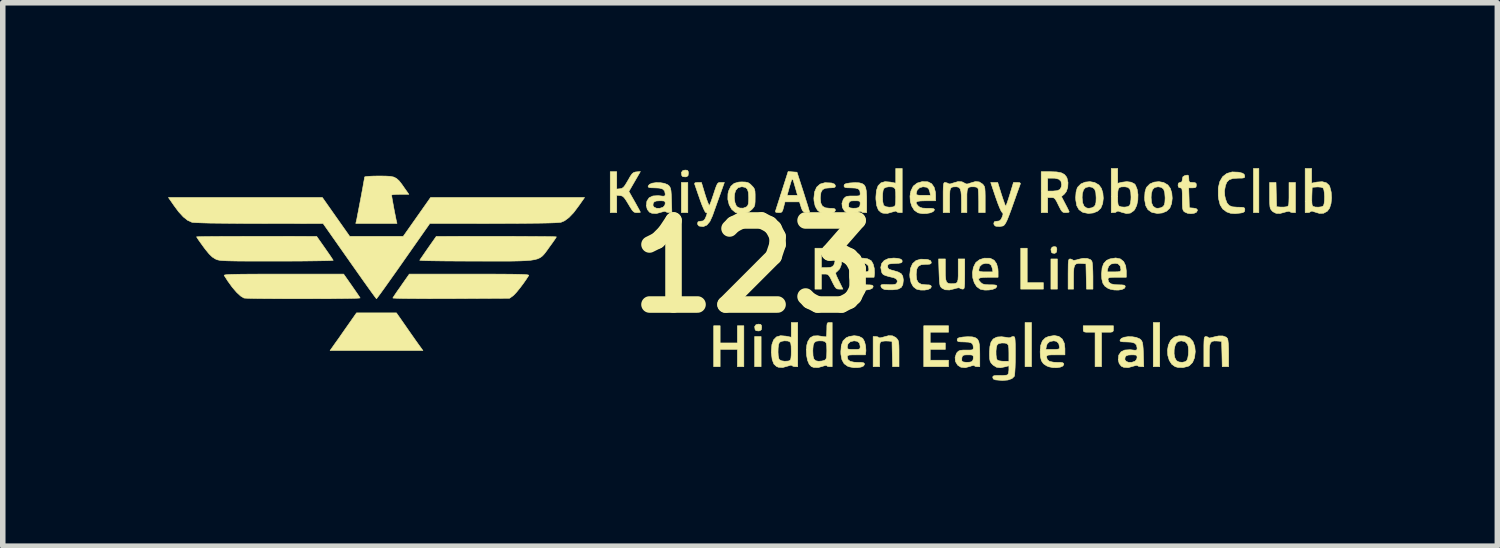
<source format=kicad_pcb>
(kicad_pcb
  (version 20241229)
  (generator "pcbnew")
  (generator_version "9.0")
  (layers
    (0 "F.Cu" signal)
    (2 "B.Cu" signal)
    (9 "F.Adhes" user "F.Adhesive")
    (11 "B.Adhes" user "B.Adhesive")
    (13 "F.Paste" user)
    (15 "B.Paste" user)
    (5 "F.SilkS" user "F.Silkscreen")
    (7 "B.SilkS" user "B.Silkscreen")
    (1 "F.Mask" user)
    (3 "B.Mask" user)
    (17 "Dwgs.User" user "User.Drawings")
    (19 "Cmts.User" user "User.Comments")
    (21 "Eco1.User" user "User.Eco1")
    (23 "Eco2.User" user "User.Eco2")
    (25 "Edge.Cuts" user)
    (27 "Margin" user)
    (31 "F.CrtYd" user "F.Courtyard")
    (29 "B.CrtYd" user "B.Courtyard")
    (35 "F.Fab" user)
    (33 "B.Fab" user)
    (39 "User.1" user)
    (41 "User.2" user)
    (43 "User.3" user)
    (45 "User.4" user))
  (footprint "123"
    (layer "F.Cu")
    (at 10.616 1.783)
    (property "Reference" "123" (at 0 0 0) (layer "F.SilkS") (effects (font (size 1.524 1.524) (thickness 0.3))))
    (attr through_hole)
    (fp_poly (pts (xy -1.192 -0.977) (xy -1.309 -0.977) (xy -1.309 -1.524) (xy -1.192 -1.524) (xy -1.192 -0.977)) (stroke (width 0.01) (type solid)) (fill yes) (layer "F.SilkS"))
    (fp_poly (pts (xy 0.137 1.817) (xy 0.02 1.817) (xy 0.02 1.27) (xy 0.137 1.27) (xy 0.137 1.817)) (stroke (width 0.01) (type solid)) (fill yes) (layer "F.SilkS"))
    (fp_poly (pts (xy 5.041 1.817) (xy 4.924 1.817) (xy 4.924 1.016) (xy 5.041 1.016) (xy 5.041 1.817)) (stroke (width 0.01) (type solid)) (fill yes) (layer "F.SilkS"))
    (fp_poly (pts (xy 5.51 0.41) (xy 5.393 0.41) (xy 5.393 -0.137) (xy 5.51 -0.137) (xy 5.51 0.41)) (stroke (width 0.01) (type solid)) (fill yes) (layer "F.SilkS"))
    (fp_poly (pts (xy 7.366 1.817) (xy 7.249 1.817) (xy 7.249 1.016) (xy 7.366 1.016) (xy 7.366 1.817)) (stroke (width 0.01) (type solid)) (fill yes) (layer "F.SilkS"))
    (fp_poly (pts (xy 9.164 -0.977) (xy 9.066 -0.977) (xy 9.066 -1.778) (xy 9.164 -1.778) (xy 9.164 -0.977)) (stroke (width 0.01) (type solid)) (fill yes) (layer "F.SilkS"))
    (fp_poly (pts (xy 4.963 0.293) (xy 5.256 0.293) (xy 5.256 0.41) (xy 4.846 0.41) (xy 4.846 -0.332) (xy 4.963 -0.332) (xy 4.963 0.293)) (stroke (width 0.01) (type solid)) (fill yes) (layer "F.SilkS"))
    (fp_poly (pts (xy -1.199 -1.744) (xy -1.184 -1.721) (xy -1.182 -1.69) (xy -1.188 -1.647) (xy -1.213 -1.629) (xy -1.236 -1.625) (xy -1.284 -1.63) (xy -1.301 -1.649) (xy -1.309 -1.704) (xy -1.285 -1.738) (xy -1.24 -1.749) (xy -1.199 -1.744)) (stroke (width 0.01) (type solid)) (fill yes) (layer "F.SilkS"))
    (fp_poly (pts (xy 0.13 1.05) (xy 0.145 1.073) (xy 0.147 1.104) (xy 0.141 1.147) (xy 0.115 1.165) (xy 0.093 1.169) (xy 0.045 1.164) (xy 0.028 1.145) (xy 0.02 1.09) (xy 0.044 1.056) (xy 0.088 1.045) (xy 0.13 1.05)) (stroke (width 0.01) (type solid)) (fill yes) (layer "F.SilkS"))
    (fp_poly (pts (xy 5.486 -0.355) (xy 5.499 -0.328) (xy 5.5 -0.303) (xy 5.493 -0.259) (xy 5.467 -0.24) (xy 5.456 -0.238) (xy 5.415 -0.245) (xy 5.401 -0.261) (xy 5.393 -0.315) (xy 5.415 -0.351) (xy 5.451 -0.361) (xy 5.486 -0.355)) (stroke (width 0.01) (type solid)) (fill yes) (layer "F.SilkS"))
    (fp_poly (pts (xy -0.606 1.387) (xy -0.293 1.387) (xy -0.293 1.075) (xy -0.176 1.075) (xy -0.176 1.817) (xy -0.293 1.817) (xy -0.293 1.504) (xy -0.606 1.504) (xy -0.606 1.817) (xy -0.723 1.817) (xy -0.723 1.075) (xy -0.606 1.075) (xy -0.606 1.387)) (stroke (width 0.01) (type solid)) (fill yes) (layer "F.SilkS"))
    (fp_poly (pts (xy 3.536 1.192) (xy 3.204 1.192) (xy 3.204 1.387) (xy 3.478 1.387) (xy 3.478 1.504) (xy 3.204 1.504) (xy 3.204 1.7) (xy 3.536 1.7) (xy 3.536 1.817) (xy 3.087 1.817) (xy 3.087 1.075) (xy 3.536 1.075) (xy 3.536 1.192)) (stroke (width 0.01) (type solid)) (fill yes) (layer "F.SilkS"))
    (fp_poly (pts (xy -6.317 1.07) (xy -6.252 1.164) (xy -6.186 1.258) (xy -6.127 1.342) (xy -6.082 1.405) (xy -6.077 1.412) (xy -5.996 1.524) (xy -7.68 1.524) (xy -7.58 1.382) (xy -7.526 1.307) (xy -7.46 1.212) (xy -7.39 1.112) (xy -7.34 1.041) (xy -7.2 0.841) (xy -6.838 0.841) (xy -6.477 0.841) (xy -6.317 1.07)) (stroke (width 0.01) (type solid)) (fill yes) (layer "F.SilkS"))
    (fp_poly (pts (xy 6.526 1.133) (xy 6.524 1.167) (xy 6.512 1.184) (xy 6.481 1.191) (xy 6.42 1.192) (xy 6.311 1.192) (xy 6.311 1.817) (xy 6.194 1.817) (xy 6.194 1.192) (xy 6.086 1.192) (xy 6.025 1.191) (xy 5.993 1.184) (xy 5.981 1.167) (xy 5.979 1.134) (xy 5.979 1.075) (xy 6.526 1.075) (xy 6.526 1.133)) (stroke (width 0.01) (type solid)) (fill yes) (layer "F.SilkS"))
    (fp_poly (pts (xy 2.519 1.257) (xy 2.576 1.286) (xy 2.59 1.298) (xy 2.61 1.321) (xy 2.624 1.345) (xy 2.632 1.38) (xy 2.636 1.432) (xy 2.638 1.51) (xy 2.638 1.582) (xy 2.638 1.817) (xy 2.522 1.817) (xy 2.516 1.587) (xy 2.511 1.358) (xy 2.444 1.352) (xy 2.384 1.351) (xy 2.332 1.357) (xy 2.312 1.363) (xy 2.299 1.376) (xy 2.291 1.401) (xy 2.287 1.446) (xy 2.286 1.518) (xy 2.286 1.593) (xy 2.286 1.817) (xy 2.169 1.817) (xy 2.169 1.27) (xy 2.216 1.27) (xy 2.255 1.277) (xy 2.27 1.289) (xy 2.291 1.295) (xy 2.338 1.285) (xy 2.354 1.28) (xy 2.448 1.255) (xy 2.519 1.257)) (stroke (width 0.01) (type solid)) (fill yes) (layer "F.SilkS"))
    (fp_poly (pts (xy 9.48 -1.304) (xy 9.486 -1.084) (xy 9.552 -1.078) (xy 9.613 -1.077) (xy 9.664 -1.083) (xy 9.685 -1.09) (xy 9.698 -1.103) (xy 9.706 -1.129) (xy 9.709 -1.175) (xy 9.711 -1.25) (xy 9.711 -1.309) (xy 9.711 -1.524) (xy 9.828 -1.524) (xy 9.828 -0.977) (xy 9.781 -0.977) (xy 9.742 -0.984) (xy 9.727 -0.996) (xy 9.706 -1.002) (xy 9.658 -0.992) (xy 9.642 -0.987) (xy 9.549 -0.962) (xy 9.477 -0.964) (xy 9.42 -0.993) (xy 9.407 -1.005) (xy 9.387 -1.028) (xy 9.373 -1.052) (xy 9.365 -1.087) (xy 9.361 -1.139) (xy 9.359 -1.217) (xy 9.359 -1.289) (xy 9.359 -1.524) (xy 9.475 -1.524) (xy 9.48 -1.304)) (stroke (width 0.01) (type solid)) (fill yes) (layer "F.SilkS"))
    (fp_poly (pts (xy 6.051 -0.146) (xy 6.11 -0.125) (xy 6.135 -0.098) (xy 6.143 -0.065) (xy 6.149 -0.001) (xy 6.153 0.082) (xy 6.155 0.175) (xy 6.155 0.41) (xy 6.039 0.41) (xy 6.028 -0.049) (xy 5.955 -0.055) (xy 5.894 -0.057) (xy 5.852 -0.048) (xy 5.825 -0.022) (xy 5.81 0.027) (xy 5.804 0.104) (xy 5.803 0.196) (xy 5.803 0.41) (xy 5.705 0.41) (xy 5.705 0.137) (xy 5.706 0.028) (xy 5.707 -0.047) (xy 5.711 -0.095) (xy 5.717 -0.122) (xy 5.727 -0.134) (xy 5.742 -0.137) (xy 5.743 -0.137) (xy 5.777 -0.128) (xy 5.787 -0.117) (xy 5.809 -0.11) (xy 5.86 -0.12) (xy 5.887 -0.129) (xy 5.974 -0.148) (xy 6.051 -0.146)) (stroke (width 0.01) (type solid)) (fill yes) (layer "F.SilkS"))
    (fp_poly (pts (xy -4.705 0.138) (xy -4.534 0.139) (xy -4.394 0.14) (xy -4.283 0.142) (xy -4.199 0.144) (xy -4.138 0.147) (xy -4.1 0.151) (xy -4.08 0.156) (xy -4.076 0.161) (xy -4.123 0.234) (xy -4.179 0.314) (xy -4.239 0.393) (xy -4.295 0.462) (xy -4.342 0.513) (xy -4.363 0.532) (xy -4.425 0.576) (xy -5.487 0.582) (xy -5.687 0.582) (xy -5.873 0.583) (xy -6.044 0.582) (xy -6.196 0.581) (xy -6.324 0.58) (xy -6.426 0.578) (xy -6.498 0.575) (xy -6.537 0.573) (xy -6.542 0.571) (xy -6.529 0.55) (xy -6.498 0.503) (xy -6.453 0.437) (xy -6.398 0.36) (xy -6.389 0.346) (xy -6.243 0.138) (xy -5.152 0.138) (xy -4.91 0.138) (xy -4.705 0.138)) (stroke (width 0.01) (type solid)) (fill yes) (layer "F.SilkS"))
    (fp_poly (pts (xy 8.513 1.26) (xy 8.572 1.282) (xy 8.597 1.309) (xy 8.604 1.342) (xy 8.611 1.405) (xy 8.615 1.489) (xy 8.616 1.581) (xy 8.616 1.817) (xy 8.5 1.817) (xy 8.495 1.587) (xy 8.489 1.358) (xy 8.417 1.352) (xy 8.356 1.35) (xy 8.314 1.359) (xy 8.287 1.385) (xy 8.272 1.434) (xy 8.266 1.511) (xy 8.265 1.603) (xy 8.265 1.817) (xy 8.167 1.817) (xy 8.167 1.544) (xy 8.167 1.435) (xy 8.169 1.36) (xy 8.172 1.312) (xy 8.179 1.285) (xy 8.189 1.273) (xy 8.203 1.27) (xy 8.205 1.27) (xy 8.239 1.279) (xy 8.249 1.29) (xy 8.27 1.297) (xy 8.322 1.286) (xy 8.349 1.278) (xy 8.436 1.259) (xy 8.513 1.26)) (stroke (width 0.01) (type solid)) (fill yes) (layer "F.SilkS"))
    (fp_poly (pts (xy 1.406 -1.515) (xy 1.424 -1.512) (xy 1.471 -1.493) (xy 1.485 -1.463) (xy 1.479 -1.442) (xy 1.457 -1.43) (xy 1.408 -1.427) (xy 1.379 -1.426) (xy 1.3 -1.419) (xy 1.25 -1.393) (xy 1.222 -1.342) (xy 1.212 -1.261) (xy 1.211 -1.236) (xy 1.22 -1.15) (xy 1.249 -1.094) (xy 1.304 -1.064) (xy 1.387 -1.055) (xy 1.446 -1.053) (xy 1.476 -1.044) (xy 1.485 -1.024) (xy 1.485 -1.018) (xy 1.467 -0.99) (xy 1.422 -0.969) (xy 1.359 -0.959) (xy 1.29 -0.96) (xy 1.224 -0.975) (xy 1.216 -0.977) (xy 1.159 -1.021) (xy 1.118 -1.093) (xy 1.097 -1.189) (xy 1.094 -1.237) (xy 1.107 -1.353) (xy 1.145 -1.439) (xy 1.208 -1.495) (xy 1.295 -1.52) (xy 1.406 -1.515)) (stroke (width 0.01) (type solid)) (fill yes) (layer "F.SilkS"))
    (fp_poly (pts (xy 3.145 -0.128) (xy 3.163 -0.125) (xy 3.21 -0.106) (xy 3.224 -0.076) (xy 3.218 -0.054) (xy 3.196 -0.043) (xy 3.147 -0.039) (xy 3.117 -0.039) (xy 3.039 -0.032) (xy 2.989 -0.005) (xy 2.961 0.045) (xy 2.951 0.126) (xy 2.95 0.151) (xy 2.959 0.238) (xy 2.988 0.293) (xy 3.042 0.323) (xy 3.126 0.332) (xy 3.185 0.334) (xy 3.214 0.343) (xy 3.224 0.363) (xy 3.224 0.369) (xy 3.206 0.398) (xy 3.161 0.418) (xy 3.098 0.428) (xy 3.029 0.427) (xy 2.963 0.413) (xy 2.955 0.41) (xy 2.898 0.367) (xy 2.857 0.294) (xy 2.836 0.198) (xy 2.833 0.15) (xy 2.846 0.035) (xy 2.884 -0.052) (xy 2.947 -0.108) (xy 3.034 -0.133) (xy 3.145 -0.128)) (stroke (width 0.01) (type solid)) (fill yes) (layer "F.SilkS"))
    (fp_poly (pts (xy -2.261 -1.361) (xy -2.156 -1.176) (xy -2.114 -1.101) (xy -2.08 -1.039) (xy -2.058 -0.997) (xy -2.052 -0.984) (xy -2.069 -0.979) (xy -2.11 -0.977) (xy -2.116 -0.977) (xy -2.148 -0.979) (xy -2.174 -0.992) (xy -2.201 -1.02) (xy -2.234 -1.071) (xy -2.268 -1.128) (xy -2.313 -1.202) (xy -2.346 -1.248) (xy -2.373 -1.273) (xy -2.403 -1.284) (xy -2.419 -1.286) (xy -2.481 -1.292) (xy -2.481 -0.977) (xy -2.599 -0.977) (xy -2.599 -1.719) (xy -2.481 -1.719) (xy -2.481 -1.404) (xy -2.42 -1.41) (xy -2.388 -1.417) (xy -2.36 -1.436) (xy -2.33 -1.473) (xy -2.292 -1.536) (xy -2.276 -1.563) (xy -2.235 -1.635) (xy -2.204 -1.679) (xy -2.177 -1.702) (xy -2.147 -1.713) (xy -2.123 -1.716) (xy -2.052 -1.722) (xy -2.261 -1.361)) (stroke (width 0.01) (type solid)) (fill yes) (layer "F.SilkS"))
    (fp_poly (pts (xy 3.478 0.064) (xy 3.479 0.167) (xy 3.486 0.237) (xy 3.5 0.281) (xy 3.525 0.303) (xy 3.562 0.312) (xy 3.588 0.313) (xy 3.64 0.311) (xy 3.675 0.303) (xy 3.697 0.281) (xy 3.708 0.239) (xy 3.712 0.171) (xy 3.712 0.076) (xy 3.712 -0.137) (xy 3.83 -0.137) (xy 3.83 0.137) (xy 3.829 0.245) (xy 3.828 0.32) (xy 3.824 0.368) (xy 3.818 0.396) (xy 3.808 0.407) (xy 3.793 0.41) (xy 3.792 0.41) (xy 3.755 0.402) (xy 3.742 0.392) (xy 3.717 0.386) (xy 3.667 0.396) (xy 3.651 0.402) (xy 3.551 0.426) (xy 3.474 0.422) (xy 3.417 0.393) (xy 3.399 0.375) (xy 3.385 0.353) (xy 3.377 0.318) (xy 3.371 0.264) (xy 3.367 0.182) (xy 3.364 0.11) (xy 3.356 -0.137) (xy 3.478 -0.137) (xy 3.478 0.064)) (stroke (width 0.01) (type solid)) (fill yes) (layer "F.SilkS"))
    (fp_poly (pts (xy -8.525 0.138) (xy -7.434 0.138) (xy -7.288 0.346) (xy -7.233 0.425) (xy -7.186 0.493) (xy -7.152 0.543) (xy -7.136 0.569) (xy -7.135 0.57) (xy -7.152 0.573) (xy -7.205 0.576) (xy -7.288 0.578) (xy -7.396 0.58) (xy -7.527 0.581) (xy -7.675 0.583) (xy -7.837 0.583) (xy -8.007 0.584) (xy -8.181 0.584) (xy -8.356 0.584) (xy -8.527 0.584) (xy -8.689 0.583) (xy -8.838 0.582) (xy -8.971 0.581) (xy -9.082 0.579) (xy -9.167 0.577) (xy -9.222 0.574) (xy -9.242 0.572) (xy -9.303 0.535) (xy -9.375 0.468) (xy -9.454 0.376) (xy -9.535 0.264) (xy -9.601 0.161) (xy -9.597 0.156) (xy -9.576 0.151) (xy -9.537 0.147) (xy -9.476 0.144) (xy -9.391 0.142) (xy -9.279 0.14) (xy -9.138 0.139) (xy -8.966 0.138) (xy -8.759 0.138) (xy -8.525 0.138)) (stroke (width 0.01) (type solid)) (fill yes) (layer "F.SilkS"))
    (fp_poly (pts (xy -6.675 -1.64) (xy -6.589 -1.635) (xy -6.525 -1.622) (xy -6.475 -1.596) (xy -6.429 -1.555) (xy -6.38 -1.493) (xy -6.335 -1.428) (xy -6.251 -1.309) (xy -6.408 -1.309) (xy -6.481 -1.307) (xy -6.536 -1.303) (xy -6.563 -1.297) (xy -6.565 -1.294) (xy -6.561 -1.27) (xy -6.552 -1.216) (xy -6.539 -1.144) (xy -6.524 -1.061) (xy -6.508 -0.977) (xy -6.493 -0.903) (xy -6.482 -0.847) (xy -6.477 -0.826) (xy -6.466 -0.782) (xy -7.214 -0.782) (xy -7.203 -0.826) (xy -7.195 -0.861) (xy -7.183 -0.926) (xy -7.166 -1.012) (xy -7.147 -1.112) (xy -7.126 -1.22) (xy -7.106 -1.328) (xy -7.087 -1.429) (xy -7.072 -1.516) (xy -7.06 -1.581) (xy -7.054 -1.618) (xy -7.053 -1.624) (xy -7.035 -1.63) (xy -6.985 -1.635) (xy -6.91 -1.639) (xy -6.817 -1.641) (xy -6.791 -1.641) (xy -6.675 -1.64)) (stroke (width 0.01) (type solid)) (fill yes) (layer "F.SilkS"))
    (fp_poly (pts (xy 8.797 -1.71) (xy 8.81 -1.707) (xy 8.868 -1.692) (xy 8.897 -1.672) (xy 8.906 -1.646) (xy 8.907 -1.622) (xy 8.895 -1.609) (xy 8.862 -1.603) (xy 8.799 -1.602) (xy 8.788 -1.602) (xy 8.692 -1.596) (xy 8.626 -1.573) (xy 8.584 -1.53) (xy 8.559 -1.47) (xy 8.541 -1.373) (xy 8.546 -1.283) (xy 8.559 -1.225) (xy 8.587 -1.151) (xy 8.627 -1.105) (xy 8.687 -1.082) (xy 8.775 -1.075) (xy 8.783 -1.075) (xy 8.851 -1.074) (xy 8.889 -1.069) (xy 8.906 -1.057) (xy 8.909 -1.034) (xy 8.91 -1.028) (xy 8.903 -0.996) (xy 8.875 -0.978) (xy 8.836 -0.97) (xy 8.733 -0.959) (xy 8.652 -0.965) (xy 8.58 -0.99) (xy 8.578 -0.992) (xy 8.509 -1.043) (xy 8.462 -1.118) (xy 8.435 -1.223) (xy 8.428 -1.283) (xy 8.428 -1.425) (xy 8.456 -1.54) (xy 8.507 -1.628) (xy 8.583 -1.687) (xy 8.68 -1.715) (xy 8.797 -1.71)) (stroke (width 0.01) (type solid)) (fill yes) (layer "F.SilkS"))
    (fp_poly (pts (xy -4.463 -0.547) (xy -4.273 -0.546) (xy -4.098 -0.545) (xy -3.943 -0.544) (xy -3.81 -0.543) (xy -3.704 -0.542) (xy -3.628 -0.54) (xy -3.584 -0.538) (xy -3.576 -0.537) (xy -3.586 -0.518) (xy -3.616 -0.474) (xy -3.659 -0.413) (xy -3.703 -0.353) (xy -3.741 -0.299) (xy -3.774 -0.254) (xy -3.805 -0.216) (xy -3.837 -0.184) (xy -3.873 -0.159) (xy -3.917 -0.139) (xy -3.973 -0.124) (xy -4.043 -0.113) (xy -4.131 -0.106) (xy -4.24 -0.101) (xy -4.375 -0.098) (xy -4.537 -0.097) (xy -4.73 -0.097) (xy -4.959 -0.098) (xy -5.029 -0.098) (xy -5.226 -0.098) (xy -5.409 -0.099) (xy -5.577 -0.1) (xy -5.725 -0.102) (xy -5.85 -0.104) (xy -5.949 -0.106) (xy -6.016 -0.109) (xy -6.05 -0.112) (xy -6.054 -0.113) (xy -6.041 -0.134) (xy -6.009 -0.18) (xy -5.964 -0.246) (xy -5.91 -0.324) (xy -5.901 -0.337) (xy -5.754 -0.546) (xy -4.665 -0.547) (xy -4.463 -0.547)) (stroke (width 0.01) (type solid)) (fill yes) (layer "F.SilkS"))
    (fp_poly (pts (xy 7.825 1.259) (xy 7.909 1.294) (xy 7.968 1.358) (xy 8.002 1.452) (xy 8.011 1.544) (xy 7.998 1.654) (xy 7.962 1.74) (xy 7.905 1.798) (xy 7.881 1.81) (xy 7.792 1.832) (xy 7.7 1.831) (xy 7.647 1.817) (xy 7.584 1.772) (xy 7.539 1.701) (xy 7.513 1.614) (xy 7.511 1.585) (xy 7.627 1.585) (xy 7.64 1.654) (xy 7.669 1.707) (xy 7.672 1.71) (xy 7.716 1.732) (xy 7.775 1.738) (xy 7.83 1.726) (xy 7.856 1.708) (xy 7.874 1.664) (xy 7.886 1.597) (xy 7.889 1.522) (xy 7.883 1.452) (xy 7.869 1.407) (xy 7.826 1.363) (xy 7.76 1.349) (xy 7.707 1.357) (xy 7.669 1.384) (xy 7.643 1.439) (xy 7.628 1.509) (xy 7.627 1.585) (xy 7.511 1.585) (xy 7.507 1.519) (xy 7.523 1.426) (xy 7.562 1.345) (xy 7.579 1.325) (xy 7.633 1.28) (xy 7.702 1.259) (xy 7.719 1.256) (xy 7.825 1.259)) (stroke (width 0.01) (type solid)) (fill yes) (layer "F.SilkS"))
    (fp_poly (pts (xy 6.187 -1.523) (xy 6.263 -1.479) (xy 6.308 -1.418) (xy 6.335 -1.333) (xy 6.343 -1.238) (xy 6.332 -1.143) (xy 6.3 -1.063) (xy 6.298 -1.058) (xy 6.241 -1.004) (xy 6.162 -0.971) (xy 6.072 -0.962) (xy 5.98 -0.98) (xy 5.965 -0.986) (xy 5.902 -1.031) (xy 5.862 -1.102) (xy 5.844 -1.203) (xy 5.842 -1.25) (xy 5.959 -1.25) (xy 5.968 -1.155) (xy 5.995 -1.092) (xy 6.042 -1.06) (xy 6.081 -1.055) (xy 6.137 -1.065) (xy 6.178 -1.087) (xy 6.198 -1.117) (xy 6.21 -1.163) (xy 6.213 -1.237) (xy 6.213 -1.247) (xy 6.207 -1.341) (xy 6.186 -1.402) (xy 6.147 -1.435) (xy 6.088 -1.446) (xy 6.084 -1.446) (xy 6.023 -1.433) (xy 5.984 -1.391) (xy 5.963 -1.319) (xy 5.959 -1.25) (xy 5.842 -1.25) (xy 5.842 -1.254) (xy 5.849 -1.35) (xy 5.869 -1.42) (xy 5.88 -1.44) (xy 5.936 -1.497) (xy 6.013 -1.53) (xy 6.101 -1.539) (xy 6.187 -1.523)) (stroke (width 0.01) (type solid)) (fill yes) (layer "F.SilkS"))
    (fp_poly (pts (xy 7.438 -1.523) (xy 7.513 -1.479) (xy 7.558 -1.418) (xy 7.585 -1.333) (xy 7.593 -1.238) (xy 7.582 -1.143) (xy 7.551 -1.063) (xy 7.548 -1.058) (xy 7.492 -1.004) (xy 7.413 -0.971) (xy 7.322 -0.962) (xy 7.231 -0.98) (xy 7.216 -0.986) (xy 7.153 -1.031) (xy 7.113 -1.102) (xy 7.094 -1.203) (xy 7.093 -1.25) (xy 7.21 -1.25) (xy 7.218 -1.155) (xy 7.246 -1.092) (xy 7.293 -1.06) (xy 7.331 -1.055) (xy 7.387 -1.065) (xy 7.428 -1.087) (xy 7.449 -1.117) (xy 7.46 -1.163) (xy 7.464 -1.237) (xy 7.464 -1.247) (xy 7.457 -1.341) (xy 7.437 -1.402) (xy 7.398 -1.435) (xy 7.338 -1.446) (xy 7.335 -1.446) (xy 7.274 -1.433) (xy 7.234 -1.391) (xy 7.214 -1.319) (xy 7.21 -1.25) (xy 7.093 -1.25) (xy 7.093 -1.254) (xy 7.099 -1.35) (xy 7.12 -1.42) (xy 7.131 -1.44) (xy 7.187 -1.497) (xy 7.264 -1.53) (xy 7.351 -1.539) (xy 7.438 -1.523)) (stroke (width 0.01) (type solid)) (fill yes) (layer "F.SilkS"))
    (fp_poly (pts (xy 10.121 -1.511) (xy 10.216 -1.531) (xy 10.312 -1.538) (xy 10.388 -1.518) (xy 10.438 -1.472) (xy 10.45 -1.449) (xy 10.476 -1.349) (xy 10.483 -1.243) (xy 10.473 -1.143) (xy 10.447 -1.059) (xy 10.406 -1.003) (xy 10.339 -0.966) (xy 10.262 -0.963) (xy 10.18 -0.988) (xy 10.128 -1.005) (xy 10.105 -0.998) (xy 10.105 -0.997) (xy 10.083 -0.982) (xy 10.051 -0.977) (xy 10.004 -0.977) (xy 10.004 -1.181) (xy 10.124 -1.181) (xy 10.129 -1.123) (xy 10.141 -1.094) (xy 10.145 -1.091) (xy 10.188 -1.078) (xy 10.246 -1.076) (xy 10.301 -1.083) (xy 10.332 -1.098) (xy 10.346 -1.132) (xy 10.354 -1.191) (xy 10.356 -1.263) (xy 10.352 -1.334) (xy 10.343 -1.392) (xy 10.328 -1.425) (xy 10.328 -1.425) (xy 10.292 -1.438) (xy 10.235 -1.443) (xy 10.215 -1.442) (xy 10.131 -1.436) (xy 10.125 -1.272) (xy 10.124 -1.181) (xy 10.004 -1.181) (xy 10.004 -1.778) (xy 10.121 -1.778) (xy 10.121 -1.511)) (stroke (width 0.01) (type solid)) (fill yes) (layer "F.SilkS"))
    (fp_poly (pts (xy -7.923 -0.546) (xy -7.776 -0.337) (xy -7.721 -0.258) (xy -7.674 -0.19) (xy -7.641 -0.14) (xy -7.624 -0.115) (xy -7.623 -0.113) (xy -7.641 -0.11) (xy -7.694 -0.107) (xy -7.779 -0.105) (xy -7.893 -0.103) (xy -8.031 -0.101) (xy -8.191 -0.099) (xy -8.368 -0.098) (xy -8.559 -0.098) (xy -8.649 -0.098) (xy -8.876 -0.098) (xy -9.068 -0.098) (xy -9.227 -0.098) (xy -9.357 -0.099) (xy -9.462 -0.101) (xy -9.544 -0.103) (xy -9.608 -0.106) (xy -9.656 -0.109) (xy -9.691 -0.114) (xy -9.718 -0.12) (xy -9.739 -0.127) (xy -9.758 -0.136) (xy -9.764 -0.139) (xy -9.816 -0.172) (xy -9.872 -0.226) (xy -9.938 -0.306) (xy -9.974 -0.354) (xy -10.025 -0.425) (xy -10.067 -0.484) (xy -10.093 -0.524) (xy -10.101 -0.538) (xy -10.082 -0.539) (xy -10.028 -0.541) (xy -9.941 -0.543) (xy -9.826 -0.544) (xy -9.686 -0.545) (xy -9.524 -0.546) (xy -9.344 -0.546) (xy -9.15 -0.547) (xy -9.012 -0.547) (xy -7.923 -0.546)) (stroke (width 0.01) (type solid)) (fill yes) (layer "F.SilkS"))
    (fp_poly (pts (xy 0.788 -1.71) (xy 0.902 -1.358) (xy 0.937 -1.247) (xy 0.968 -1.149) (xy 0.993 -1.069) (xy 1.009 -1.014) (xy 1.016 -0.991) (xy 1.016 -0.99) (xy 0.999 -0.981) (xy 0.958 -0.98) (xy 0.953 -0.981) (xy 0.914 -0.989) (xy 0.89 -1.01) (xy 0.87 -1.054) (xy 0.862 -1.079) (xy 0.833 -1.172) (xy 0.57 -1.172) (xy 0.545 -1.075) (xy 0.529 -1.017) (xy 0.512 -0.988) (xy 0.485 -0.978) (xy 0.453 -0.977) (xy 0.406 -0.982) (xy 0.395 -1) (xy 0.396 -1.001) (xy 0.405 -1.027) (xy 0.423 -1.084) (xy 0.449 -1.165) (xy 0.481 -1.264) (xy 0.489 -1.29) (xy 0.609 -1.29) (xy 0.798 -1.29) (xy 0.758 -1.431) (xy 0.738 -1.5) (xy 0.722 -1.553) (xy 0.712 -1.58) (xy 0.711 -1.581) (xy 0.702 -1.584) (xy 0.692 -1.571) (xy 0.679 -1.535) (xy 0.659 -1.469) (xy 0.648 -1.431) (xy 0.609 -1.29) (xy 0.489 -1.29) (xy 0.516 -1.374) (xy 0.627 -1.722) (xy 0.788 -1.71)) (stroke (width 0.01) (type solid)) (fill yes) (layer "F.SilkS"))
    (fp_poly (pts (xy 0.801 1.817) (xy 0.754 1.817) (xy 0.715 1.81) (xy 0.7 1.797) (xy 0.678 1.789) (xy 0.628 1.804) (xy 0.621 1.806) (xy 0.529 1.832) (xy 0.451 1.827) (xy 0.417 1.813) (xy 0.369 1.769) (xy 0.338 1.689) (xy 0.324 1.574) (xy 0.324 1.553) (xy 0.444 1.553) (xy 0.448 1.622) (xy 0.46 1.674) (xy 0.468 1.689) (xy 0.506 1.71) (xy 0.565 1.719) (xy 0.627 1.715) (xy 0.653 1.708) (xy 0.669 1.694) (xy 0.678 1.662) (xy 0.683 1.605) (xy 0.684 1.534) (xy 0.682 1.448) (xy 0.675 1.393) (xy 0.656 1.364) (xy 0.621 1.351) (xy 0.565 1.348) (xy 0.558 1.348) (xy 0.506 1.357) (xy 0.469 1.377) (xy 0.469 1.378) (xy 0.454 1.416) (xy 0.446 1.479) (xy 0.444 1.553) (xy 0.324 1.553) (xy 0.323 1.532) (xy 0.333 1.415) (xy 0.364 1.33) (xy 0.416 1.277) (xy 0.49 1.255) (xy 0.587 1.263) (xy 0.684 1.283) (xy 0.684 1.016) (xy 0.801 1.016) (xy 0.801 1.817)) (stroke (width 0.01) (type solid)) (fill yes) (layer "F.SilkS"))
    (fp_poly (pts (xy 2.696 -0.977) (xy 2.649 -0.977) (xy 2.61 -0.984) (xy 2.595 -0.997) (xy 2.573 -1.005) (xy 2.523 -0.99) (xy 2.516 -0.988) (xy 2.425 -0.962) (xy 2.346 -0.967) (xy 2.312 -0.981) (xy 2.264 -1.025) (xy 2.233 -1.105) (xy 2.219 -1.22) (xy 2.219 -1.241) (xy 2.339 -1.241) (xy 2.344 -1.172) (xy 2.355 -1.12) (xy 2.363 -1.105) (xy 2.401 -1.084) (xy 2.46 -1.075) (xy 2.522 -1.079) (xy 2.548 -1.086) (xy 2.564 -1.1) (xy 2.574 -1.132) (xy 2.578 -1.189) (xy 2.579 -1.26) (xy 2.578 -1.346) (xy 2.57 -1.401) (xy 2.551 -1.43) (xy 2.516 -1.443) (xy 2.46 -1.446) (xy 2.453 -1.446) (xy 2.401 -1.437) (xy 2.365 -1.417) (xy 2.364 -1.416) (xy 2.349 -1.378) (xy 2.341 -1.315) (xy 2.339 -1.241) (xy 2.219 -1.241) (xy 2.219 -1.262) (xy 2.229 -1.379) (xy 2.259 -1.464) (xy 2.311 -1.517) (xy 2.385 -1.539) (xy 2.482 -1.531) (xy 2.579 -1.511) (xy 2.579 -1.778) (xy 2.696 -1.778) (xy 2.696 -0.977)) (stroke (width 0.01) (type solid)) (fill yes) (layer "F.SilkS"))
    (fp_poly (pts (xy 4.495 -1.309) (xy 4.523 -1.225) (xy 4.547 -1.156) (xy 4.564 -1.11) (xy 4.573 -1.094) (xy 4.583 -1.112) (xy 4.601 -1.159) (xy 4.624 -1.23) (xy 4.649 -1.309) (xy 4.714 -1.524) (xy 4.782 -1.524) (xy 4.826 -1.521) (xy 4.84 -1.508) (xy 4.836 -1.49) (xy 4.825 -1.46) (xy 4.804 -1.401) (xy 4.774 -1.319) (xy 4.74 -1.222) (xy 4.717 -1.158) (xy 4.669 -1.022) (xy 4.63 -0.919) (xy 4.6 -0.844) (xy 4.575 -0.793) (xy 4.554 -0.76) (xy 4.535 -0.741) (xy 4.522 -0.735) (xy 4.463 -0.725) (xy 4.399 -0.73) (xy 4.381 -0.736) (xy 4.361 -0.761) (xy 4.357 -0.783) (xy 4.367 -0.811) (xy 4.403 -0.82) (xy 4.417 -0.821) (xy 4.459 -0.827) (xy 4.487 -0.853) (xy 4.506 -0.891) (xy 4.523 -0.938) (xy 4.523 -0.964) (xy 4.505 -0.983) (xy 4.505 -0.984) (xy 4.488 -1.01) (xy 4.462 -1.066) (xy 4.431 -1.144) (xy 4.398 -1.237) (xy 4.388 -1.265) (xy 4.301 -1.524) (xy 4.428 -1.524) (xy 4.495 -1.309)) (stroke (width 0.01) (type solid)) (fill yes) (layer "F.SilkS"))
    (fp_poly (pts (xy 5.498 -1.715) (xy 5.581 -1.699) (xy 5.638 -1.669) (xy 5.675 -1.624) (xy 5.685 -1.603) (xy 5.703 -1.522) (xy 5.698 -1.436) (xy 5.672 -1.359) (xy 5.637 -1.314) (xy 5.584 -1.268) (xy 5.654 -1.134) (xy 5.688 -1.069) (xy 5.713 -1.018) (xy 5.724 -0.991) (xy 5.725 -0.989) (xy 5.708 -0.981) (xy 5.666 -0.977) (xy 5.66 -0.977) (xy 5.626 -0.979) (xy 5.601 -0.992) (xy 5.577 -1.021) (xy 5.548 -1.075) (xy 5.529 -1.114) (xy 5.495 -1.183) (xy 5.469 -1.224) (xy 5.446 -1.244) (xy 5.417 -1.25) (xy 5.399 -1.25) (xy 5.334 -1.25) (xy 5.334 -0.977) (xy 5.217 -0.977) (xy 5.217 -1.602) (xy 5.334 -1.602) (xy 5.334 -1.368) (xy 5.43 -1.368) (xy 5.508 -1.375) (xy 5.556 -1.397) (xy 5.557 -1.398) (xy 5.58 -1.44) (xy 5.588 -1.485) (xy 5.575 -1.546) (xy 5.535 -1.584) (xy 5.465 -1.601) (xy 5.43 -1.602) (xy 5.334 -1.602) (xy 5.217 -1.602) (xy 5.217 -1.719) (xy 5.384 -1.719) (xy 5.498 -1.715)) (stroke (width 0.01) (type solid)) (fill yes) (layer "F.SilkS"))
    (fp_poly (pts (xy 7.888 -1.648) (xy 7.893 -1.609) (xy 7.894 -1.592) (xy 7.897 -1.547) (xy 7.914 -1.528) (xy 7.957 -1.524) (xy 7.962 -1.524) (xy 8.008 -1.52) (xy 8.027 -1.504) (xy 8.03 -1.475) (xy 8.025 -1.442) (xy 8.003 -1.429) (xy 7.961 -1.426) (xy 7.892 -1.426) (xy 7.898 -1.246) (xy 7.903 -1.065) (xy 7.977 -1.059) (xy 8.027 -1.05) (xy 8.048 -1.03) (xy 8.05 -1.017) (xy 8.033 -0.985) (xy 7.99 -0.965) (xy 7.932 -0.958) (xy 7.871 -0.965) (xy 7.82 -0.988) (xy 7.8 -1.004) (xy 7.788 -1.027) (xy 7.78 -1.063) (xy 7.777 -1.121) (xy 7.776 -1.209) (xy 7.776 -1.222) (xy 7.776 -1.313) (xy 7.773 -1.373) (xy 7.768 -1.406) (xy 7.758 -1.422) (xy 7.742 -1.426) (xy 7.737 -1.426) (xy 7.707 -1.438) (xy 7.698 -1.475) (xy 7.707 -1.513) (xy 7.737 -1.524) (xy 7.766 -1.534) (xy 7.776 -1.569) (xy 7.776 -1.58) (xy 7.786 -1.626) (xy 7.819 -1.648) (xy 7.82 -1.648) (xy 7.867 -1.658) (xy 7.888 -1.648)) (stroke (width 0.01) (type solid)) (fill yes) (layer "F.SilkS"))
    (fp_poly (pts (xy 1.391 -0.327) (xy 1.479 -0.309) (xy 1.538 -0.277) (xy 1.574 -0.229) (xy 1.58 -0.214) (xy 1.598 -0.121) (xy 1.592 -0.033) (xy 1.562 0.042) (xy 1.513 0.093) (xy 1.509 0.095) (xy 1.494 0.108) (xy 1.49 0.126) (xy 1.5 0.16) (xy 1.525 0.215) (xy 1.548 0.262) (xy 1.621 0.41) (xy 1.557 0.41) (xy 1.523 0.408) (xy 1.498 0.395) (xy 1.474 0.366) (xy 1.445 0.312) (xy 1.426 0.274) (xy 1.392 0.204) (xy 1.366 0.164) (xy 1.343 0.144) (xy 1.314 0.137) (xy 1.296 0.137) (xy 1.231 0.137) (xy 1.231 0.41) (xy 1.114 0.41) (xy 1.114 0.02) (xy 1.231 0.02) (xy 1.328 0.02) (xy 1.391 0.016) (xy 1.428 0.003) (xy 1.455 -0.025) (xy 1.457 -0.029) (xy 1.476 -0.084) (xy 1.474 -0.143) (xy 1.451 -0.19) (xy 1.439 -0.2) (xy 1.407 -0.209) (xy 1.352 -0.214) (xy 1.324 -0.215) (xy 1.231 -0.215) (xy 1.231 0.02) (xy 1.114 0.02) (xy 1.114 -0.332) (xy 1.271 -0.332) (xy 1.391 -0.327)) (stroke (width 0.01) (type solid)) (fill yes) (layer "F.SilkS"))
    (fp_poly (pts (xy 5.537 1.268) (xy 5.599 1.316) (xy 5.636 1.394) (xy 5.647 1.488) (xy 5.647 1.602) (xy 5.481 1.602) (xy 5.4 1.603) (xy 5.35 1.606) (xy 5.325 1.614) (xy 5.315 1.628) (xy 5.314 1.64) (xy 5.327 1.689) (xy 5.367 1.721) (xy 5.439 1.736) (xy 5.501 1.739) (xy 5.57 1.74) (xy 5.608 1.746) (xy 5.624 1.759) (xy 5.627 1.775) (xy 5.61 1.805) (xy 5.564 1.825) (xy 5.5 1.835) (xy 5.427 1.833) (xy 5.356 1.819) (xy 5.315 1.802) (xy 5.257 1.763) (xy 5.221 1.71) (xy 5.202 1.634) (xy 5.198 1.544) (xy 5.201 1.504) (xy 5.3 1.504) (xy 5.425 1.504) (xy 5.492 1.503) (xy 5.53 1.498) (xy 5.546 1.485) (xy 5.549 1.464) (xy 5.535 1.397) (xy 5.495 1.358) (xy 5.445 1.348) (xy 5.372 1.361) (xy 5.326 1.402) (xy 5.31 1.451) (xy 5.3 1.504) (xy 5.201 1.504) (xy 5.207 1.432) (xy 5.237 1.351) (xy 5.29 1.296) (xy 5.351 1.269) (xy 5.454 1.252) (xy 5.537 1.268)) (stroke (width 0.01) (type solid)) (fill yes) (layer "F.SilkS"))
    (fp_poly (pts (xy 6.604 -1.509) (xy 6.682 -1.528) (xy 6.769 -1.539) (xy 6.848 -1.529) (xy 6.907 -1.499) (xy 6.925 -1.479) (xy 6.957 -1.4) (xy 6.972 -1.304) (xy 6.969 -1.202) (xy 6.949 -1.108) (xy 6.913 -1.033) (xy 6.896 -1.012) (xy 6.834 -0.969) (xy 6.763 -0.96) (xy 6.677 -0.983) (xy 6.663 -0.988) (xy 6.611 -1.005) (xy 6.588 -0.998) (xy 6.588 -0.997) (xy 6.566 -0.982) (xy 6.534 -0.977) (xy 6.487 -0.977) (xy 6.487 -1.26) (xy 6.604 -1.26) (xy 6.605 -1.176) (xy 6.611 -1.123) (xy 6.629 -1.095) (xy 6.663 -1.082) (xy 6.718 -1.077) (xy 6.733 -1.077) (xy 6.786 -1.085) (xy 6.82 -1.105) (xy 6.835 -1.144) (xy 6.844 -1.21) (xy 6.846 -1.26) (xy 6.841 -1.349) (xy 6.823 -1.406) (xy 6.788 -1.436) (xy 6.734 -1.446) (xy 6.73 -1.446) (xy 6.672 -1.444) (xy 6.635 -1.433) (xy 6.615 -1.405) (xy 6.606 -1.354) (xy 6.604 -1.272) (xy 6.604 -1.26) (xy 6.487 -1.26) (xy 6.487 -1.778) (xy 6.604 -1.778) (xy 6.604 -1.509)) (stroke (width 0.01) (type solid)) (fill yes) (layer "F.SilkS"))
    (fp_poly (pts (xy 6.651 -0.138) (xy 6.712 -0.09) (xy 6.749 -0.012) (xy 6.76 0.081) (xy 6.76 0.195) (xy 6.594 0.195) (xy 6.513 0.196) (xy 6.464 0.2) (xy 6.438 0.208) (xy 6.429 0.222) (xy 6.428 0.233) (xy 6.441 0.282) (xy 6.481 0.314) (xy 6.553 0.33) (xy 6.615 0.332) (xy 6.684 0.334) (xy 6.722 0.339) (xy 6.738 0.352) (xy 6.741 0.369) (xy 6.723 0.398) (xy 6.678 0.418) (xy 6.614 0.428) (xy 6.541 0.426) (xy 6.47 0.412) (xy 6.428 0.396) (xy 6.371 0.356) (xy 6.335 0.303) (xy 6.316 0.227) (xy 6.311 0.137) (xy 6.315 0.098) (xy 6.414 0.098) (xy 6.538 0.098) (xy 6.606 0.096) (xy 6.643 0.091) (xy 6.659 0.078) (xy 6.663 0.057) (xy 6.649 -0.01) (xy 6.609 -0.049) (xy 6.558 -0.059) (xy 6.485 -0.045) (xy 6.44 -0.005) (xy 6.423 0.044) (xy 6.414 0.098) (xy 6.315 0.098) (xy 6.321 0.025) (xy 6.351 -0.056) (xy 6.403 -0.111) (xy 6.464 -0.138) (xy 6.568 -0.155) (xy 6.651 -0.138)) (stroke (width 0.01) (type solid)) (fill yes) (layer "F.SilkS"))
    (fp_poly (pts (xy -0.145 -1.531) (xy -0.1 -1.521) (xy -0.062 -1.496) (xy -0.035 -1.47) (xy -0.003 -1.436) (xy 0.016 -1.405) (xy 0.026 -1.365) (xy 0.029 -1.306) (xy 0.029 -1.25) (xy 0.028 -1.172) (xy 0.023 -1.12) (xy 0.011 -1.085) (xy -0.012 -1.055) (xy -0.032 -1.033) (xy -0.087 -0.99) (xy -0.148 -0.969) (xy -0.189 -0.964) (xy -0.262 -0.964) (xy -0.321 -0.977) (xy -0.33 -0.981) (xy -0.396 -1.037) (xy -0.442 -1.119) (xy -0.466 -1.216) (xy -0.466 -1.237) (xy -0.349 -1.237) (xy -0.337 -1.159) (xy -0.312 -1.099) (xy -0.301 -1.085) (xy -0.251 -1.06) (xy -0.188 -1.058) (xy -0.13 -1.08) (xy -0.126 -1.083) (xy -0.105 -1.105) (xy -0.094 -1.139) (xy -0.089 -1.195) (xy -0.088 -1.25) (xy -0.093 -1.342) (xy -0.111 -1.401) (xy -0.145 -1.433) (xy -0.2 -1.445) (xy -0.217 -1.446) (xy -0.281 -1.429) (xy -0.324 -1.38) (xy -0.343 -1.318) (xy -0.349 -1.237) (xy -0.466 -1.237) (xy -0.464 -1.318) (xy -0.451 -1.372) (xy -0.411 -1.455) (xy -0.352 -1.507) (xy -0.268 -1.531) (xy -0.214 -1.534) (xy -0.145 -1.531)) (stroke (width 0.01) (type solid)) (fill yes) (layer "F.SilkS"))
    (fp_poly (pts (xy -7.572 -0.899) (xy -7.324 -0.547) (xy -6.353 -0.547) (xy -6.105 -0.899) (xy -5.858 -1.25) (xy -3.065 -1.25) (xy -3.169 -1.102) (xy -3.262 -0.978) (xy -3.347 -0.889) (xy -3.426 -0.83) (xy -3.491 -0.802) (xy -3.53 -0.798) (xy -3.606 -0.793) (xy -3.72 -0.789) (xy -3.871 -0.786) (xy -4.058 -0.784) (xy -4.279 -0.782) (xy -4.535 -0.781) (xy -4.719 -0.781) (xy -5.871 -0.78) (xy -6.35 -0.097) (xy -6.451 0.047) (xy -6.546 0.181) (xy -6.631 0.301) (xy -6.705 0.405) (xy -6.765 0.488) (xy -6.809 0.547) (xy -6.833 0.58) (xy -6.838 0.585) (xy -6.851 0.57) (xy -6.884 0.526) (xy -6.935 0.456) (xy -7.001 0.364) (xy -7.08 0.253) (xy -7.169 0.127) (xy -7.267 -0.012) (xy -7.327 -0.097) (xy -7.806 -0.779) (xy -8.958 -0.781) (xy -9.235 -0.781) (xy -9.479 -0.783) (xy -9.688 -0.785) (xy -9.862 -0.787) (xy -10 -0.791) (xy -10.102 -0.795) (xy -10.165 -0.799) (xy -10.186 -0.802) (xy -10.263 -0.837) (xy -10.342 -0.9) (xy -10.428 -0.994) (xy -10.508 -1.102) (xy -10.611 -1.25) (xy -7.819 -1.25) (xy -7.572 -0.899)) (stroke (width 0.01) (type solid)) (fill yes) (layer "F.SilkS"))
    (fp_poly (pts (xy -0.88 -1.308) (xy -0.853 -1.225) (xy -0.829 -1.16) (xy -0.811 -1.118) (xy -0.8 -1.108) (xy -0.789 -1.132) (xy -0.768 -1.185) (xy -0.743 -1.258) (xy -0.721 -1.324) (xy -0.692 -1.412) (xy -0.671 -1.469) (xy -0.653 -1.503) (xy -0.635 -1.519) (xy -0.612 -1.524) (xy -0.593 -1.524) (xy -0.529 -1.524) (xy -0.618 -1.275) (xy -0.655 -1.172) (xy -0.691 -1.071) (xy -0.722 -0.984) (xy -0.744 -0.922) (xy -0.745 -0.919) (xy -0.792 -0.816) (xy -0.847 -0.751) (xy -0.912 -0.723) (xy -0.985 -0.733) (xy -0.992 -0.736) (xy -1.012 -0.761) (xy -1.016 -0.783) (xy -1.006 -0.811) (xy -0.971 -0.82) (xy -0.956 -0.821) (xy -0.913 -0.827) (xy -0.885 -0.855) (xy -0.868 -0.888) (xy -0.848 -0.941) (xy -0.842 -0.967) (xy -0.852 -0.976) (xy -0.865 -0.977) (xy -0.88 -0.995) (xy -0.904 -1.043) (xy -0.935 -1.116) (xy -0.969 -1.207) (xy -0.975 -1.226) (xy -1.008 -1.32) (xy -1.036 -1.401) (xy -1.057 -1.463) (xy -1.069 -1.497) (xy -1.07 -1.5) (xy -1.061 -1.518) (xy -1.015 -1.524) (xy -1.012 -1.524) (xy -0.945 -1.524) (xy -0.88 -1.308)) (stroke (width 0.01) (type solid)) (fill yes) (layer "F.SilkS"))
    (fp_poly (pts (xy 3.149 -1.537) (xy 3.166 -1.534) (xy 3.23 -1.501) (xy 3.275 -1.437) (xy 3.299 -1.347) (xy 3.302 -1.294) (xy 3.302 -1.192) (xy 3.126 -1.192) (xy 3.032 -1.189) (xy 2.974 -1.181) (xy 2.948 -1.164) (xy 2.954 -1.136) (xy 2.987 -1.097) (xy 2.989 -1.094) (xy 3.021 -1.072) (xy 3.065 -1.059) (xy 3.134 -1.055) (xy 3.157 -1.055) (xy 3.226 -1.054) (xy 3.264 -1.048) (xy 3.279 -1.037) (xy 3.279 -1.022) (xy 3.255 -0.994) (xy 3.204 -0.973) (xy 3.137 -0.961) (xy 3.064 -0.959) (xy 2.997 -0.97) (xy 2.977 -0.977) (xy 2.915 -1.021) (xy 2.87 -1.093) (xy 2.843 -1.18) (xy 2.837 -1.275) (xy 2.845 -1.324) (xy 2.95 -1.324) (xy 2.956 -1.305) (xy 2.977 -1.295) (xy 3.023 -1.29) (xy 3.08 -1.29) (xy 3.209 -1.29) (xy 3.197 -1.352) (xy 3.177 -1.408) (xy 3.142 -1.437) (xy 3.08 -1.445) (xy 3.074 -1.446) (xy 3.012 -1.429) (xy 2.967 -1.384) (xy 2.95 -1.324) (xy 2.845 -1.324) (xy 2.853 -1.368) (xy 2.892 -1.449) (xy 2.904 -1.464) (xy 2.968 -1.513) (xy 3.054 -1.538) (xy 3.149 -1.537)) (stroke (width 0.01) (type solid)) (fill yes) (layer "F.SilkS"))
    (fp_poly (pts (xy 4.282 -0.15) (xy 4.299 -0.146) (xy 4.363 -0.113) (xy 4.408 -0.05) (xy 4.432 0.041) (xy 4.435 0.093) (xy 4.435 0.195) (xy 4.259 0.195) (xy 4.165 0.198) (xy 4.107 0.207) (xy 4.082 0.224) (xy 4.087 0.251) (xy 4.12 0.29) (xy 4.123 0.293) (xy 4.154 0.316) (xy 4.199 0.328) (xy 4.268 0.332) (xy 4.29 0.332) (xy 4.359 0.333) (xy 4.397 0.339) (xy 4.412 0.35) (xy 4.412 0.365) (xy 4.389 0.393) (xy 4.338 0.414) (xy 4.27 0.426) (xy 4.197 0.428) (xy 4.13 0.417) (xy 4.111 0.411) (xy 4.048 0.366) (xy 4.003 0.295) (xy 3.976 0.207) (xy 3.97 0.112) (xy 3.979 0.063) (xy 4.084 0.063) (xy 4.089 0.082) (xy 4.11 0.092) (xy 4.156 0.097) (xy 4.213 0.098) (xy 4.342 0.098) (xy 4.33 0.035) (xy 4.311 -0.021) (xy 4.275 -0.05) (xy 4.213 -0.058) (xy 4.207 -0.058) (xy 4.145 -0.041) (xy 4.1 0.003) (xy 4.084 0.063) (xy 3.979 0.063) (xy 3.986 0.019) (xy 4.025 -0.062) (xy 4.037 -0.077) (xy 4.101 -0.125) (xy 4.187 -0.151) (xy 4.282 -0.15)) (stroke (width 0.01) (type solid)) (fill yes) (layer "F.SilkS"))
    (fp_poly (pts (xy 2.609 -0.148) (xy 2.665 -0.135) (xy 2.691 -0.117) (xy 2.696 -0.097) (xy 2.691 -0.077) (xy 2.671 -0.065) (xy 2.627 -0.058) (xy 2.564 -0.055) (xy 2.495 -0.051) (xy 2.455 -0.044) (xy 2.437 -0.032) (xy 2.433 -0.009) (xy 2.433 0) (xy 2.437 0.029) (xy 2.457 0.049) (xy 2.501 0.065) (xy 2.54 0.075) (xy 2.625 0.101) (xy 2.679 0.132) (xy 2.706 0.175) (xy 2.716 0.238) (xy 2.716 0.254) (xy 2.707 0.33) (xy 2.678 0.38) (xy 2.622 0.41) (xy 2.534 0.422) (xy 2.525 0.423) (xy 2.453 0.423) (xy 2.391 0.419) (xy 2.364 0.413) (xy 2.325 0.389) (xy 2.31 0.361) (xy 2.31 0.341) (xy 2.323 0.33) (xy 2.358 0.326) (xy 2.422 0.328) (xy 2.438 0.329) (xy 2.519 0.33) (xy 2.569 0.323) (xy 2.595 0.307) (xy 2.595 0.307) (xy 2.61 0.265) (xy 2.591 0.228) (xy 2.544 0.203) (xy 2.543 0.203) (xy 2.452 0.182) (xy 2.393 0.164) (xy 2.356 0.148) (xy 2.336 0.128) (xy 2.324 0.105) (xy 2.307 0.018) (xy 2.323 -0.054) (xy 2.37 -0.109) (xy 2.444 -0.143) (xy 2.543 -0.153) (xy 2.609 -0.148)) (stroke (width 0.01) (type solid)) (fill yes) (layer "F.SilkS"))
    (fp_poly (pts (xy 1.907 1.265) (xy 1.971 1.298) (xy 1.983 1.309) (xy 2.013 1.363) (xy 2.032 1.439) (xy 2.038 1.522) (xy 2.036 1.548) (xy 2.029 1.602) (xy 1.865 1.602) (xy 1.784 1.603) (xy 1.735 1.606) (xy 1.71 1.615) (xy 1.701 1.629) (xy 1.7 1.64) (xy 1.712 1.689) (xy 1.753 1.721) (xy 1.824 1.736) (xy 1.887 1.739) (xy 1.955 1.74) (xy 1.994 1.746) (xy 2.01 1.759) (xy 2.012 1.775) (xy 1.995 1.804) (xy 1.949 1.824) (xy 1.885 1.834) (xy 1.812 1.833) (xy 1.74 1.82) (xy 1.706 1.808) (xy 1.643 1.763) (xy 1.603 1.692) (xy 1.584 1.591) (xy 1.583 1.54) (xy 1.59 1.457) (xy 1.7 1.457) (xy 1.703 1.483) (xy 1.717 1.498) (xy 1.751 1.503) (xy 1.816 1.504) (xy 1.817 1.504) (xy 1.882 1.504) (xy 1.917 1.498) (xy 1.931 1.484) (xy 1.934 1.456) (xy 1.934 1.45) (xy 1.922 1.39) (xy 1.883 1.357) (xy 1.824 1.348) (xy 1.757 1.363) (xy 1.713 1.403) (xy 1.7 1.457) (xy 1.59 1.457) (xy 1.593 1.428) (xy 1.624 1.347) (xy 1.68 1.293) (xy 1.736 1.269) (xy 1.824 1.255) (xy 1.907 1.265)) (stroke (width 0.01) (type solid)) (fill yes) (layer "F.SilkS"))
    (fp_poly (pts (xy 2.063 -0.141) (xy 2.128 -0.109) (xy 2.139 -0.098) (xy 2.169 -0.044) (xy 2.189 0.032) (xy 2.194 0.115) (xy 2.192 0.142) (xy 2.186 0.195) (xy 2.021 0.195) (xy 1.94 0.196) (xy 1.891 0.2) (xy 1.866 0.208) (xy 1.857 0.222) (xy 1.856 0.233) (xy 1.869 0.282) (xy 1.909 0.314) (xy 1.981 0.33) (xy 2.043 0.332) (xy 2.112 0.334) (xy 2.15 0.339) (xy 2.166 0.352) (xy 2.169 0.369) (xy 2.151 0.397) (xy 2.105 0.417) (xy 2.041 0.427) (xy 1.968 0.426) (xy 1.896 0.413) (xy 1.862 0.401) (xy 1.799 0.356) (xy 1.759 0.285) (xy 1.741 0.184) (xy 1.739 0.133) (xy 1.747 0.05) (xy 1.856 0.05) (xy 1.859 0.077) (xy 1.873 0.091) (xy 1.908 0.097) (xy 1.972 0.098) (xy 1.973 0.098) (xy 2.038 0.097) (xy 2.073 0.091) (xy 2.088 0.077) (xy 2.091 0.049) (xy 2.091 0.043) (xy 2.078 -0.017) (xy 2.04 -0.05) (xy 1.981 -0.059) (xy 1.913 -0.044) (xy 1.869 -0.003) (xy 1.856 0.05) (xy 1.747 0.05) (xy 1.749 0.022) (xy 1.781 -0.059) (xy 1.836 -0.113) (xy 1.892 -0.138) (xy 1.981 -0.152) (xy 2.063 -0.141)) (stroke (width 0.01) (type solid)) (fill yes) (layer "F.SilkS"))
    (fp_poly (pts (xy 1.426 1.817) (xy 1.377 1.817) (xy 1.341 1.811) (xy 1.329 1.799) (xy 1.313 1.793) (xy 1.274 1.803) (xy 1.261 1.808) (xy 1.171 1.833) (xy 1.09 1.83) (xy 1.048 1.814) (xy 1.009 1.772) (xy 0.979 1.701) (xy 0.962 1.612) (xy 0.958 1.534) (xy 1.075 1.534) (xy 1.079 1.623) (xy 1.095 1.679) (xy 1.126 1.709) (xy 1.176 1.719) (xy 1.184 1.719) (xy 1.242 1.714) (xy 1.289 1.7) (xy 1.291 1.699) (xy 1.31 1.684) (xy 1.322 1.656) (xy 1.327 1.608) (xy 1.329 1.531) (xy 1.329 1.525) (xy 1.327 1.442) (xy 1.319 1.39) (xy 1.297 1.362) (xy 1.257 1.35) (xy 1.193 1.348) (xy 1.191 1.348) (xy 1.136 1.355) (xy 1.101 1.38) (xy 1.082 1.429) (xy 1.075 1.509) (xy 1.075 1.534) (xy 0.958 1.534) (xy 0.957 1.517) (xy 0.966 1.424) (xy 0.986 1.357) (xy 1.027 1.293) (xy 1.086 1.26) (xy 1.167 1.256) (xy 1.213 1.263) (xy 1.27 1.273) (xy 1.309 1.275) (xy 1.319 1.273) (xy 1.324 1.25) (xy 1.327 1.199) (xy 1.329 1.14) (xy 1.33 1.073) (xy 1.335 1.036) (xy 1.347 1.02) (xy 1.371 1.016) (xy 1.377 1.016) (xy 1.426 1.016) (xy 1.426 1.817)) (stroke (width 0.01) (type solid)) (fill yes) (layer "F.SilkS"))
    (fp_poly (pts (xy 4.093 -1.534) (xy 4.152 -1.496) (xy 4.153 -1.496) (xy 4.173 -1.473) (xy 4.187 -1.449) (xy 4.195 -1.414) (xy 4.199 -1.362) (xy 4.201 -1.284) (xy 4.201 -1.212) (xy 4.201 -0.977) (xy 4.084 -0.977) (xy 4.084 -1.18) (xy 4.082 -1.269) (xy 4.079 -1.344) (xy 4.075 -1.397) (xy 4.072 -1.415) (xy 4.043 -1.439) (xy 3.995 -1.446) (xy 3.943 -1.445) (xy 3.907 -1.437) (xy 3.886 -1.416) (xy 3.874 -1.376) (xy 3.869 -1.31) (xy 3.869 -1.212) (xy 3.869 -1.2) (xy 3.869 -0.977) (xy 3.771 -0.977) (xy 3.771 -1.174) (xy 3.769 -1.284) (xy 3.761 -1.361) (xy 3.746 -1.41) (xy 3.722 -1.436) (xy 3.686 -1.445) (xy 3.674 -1.446) (xy 3.625 -1.444) (xy 3.592 -1.436) (xy 3.572 -1.414) (xy 3.561 -1.373) (xy 3.557 -1.305) (xy 3.556 -1.205) (xy 3.556 -0.977) (xy 3.439 -0.977) (xy 3.439 -1.25) (xy 3.439 -1.359) (xy 3.441 -1.435) (xy 3.445 -1.483) (xy 3.451 -1.51) (xy 3.461 -1.522) (xy 3.474 -1.524) (xy 3.515 -1.514) (xy 3.529 -1.504) (xy 3.562 -1.496) (xy 3.62 -1.514) (xy 3.709 -1.54) (xy 3.78 -1.536) (xy 3.823 -1.514) (xy 3.856 -1.497) (xy 3.889 -1.498) (xy 3.934 -1.514) (xy 4.023 -1.54) (xy 4.093 -1.534)) (stroke (width 0.01) (type solid)) (fill yes) (layer "F.SilkS"))
    (fp_poly (pts (xy -1.691 -1.52) (xy -1.618 -1.508) (xy -1.559 -1.484) (xy -1.537 -1.468) (xy -1.519 -1.445) (xy -1.506 -1.416) (xy -1.497 -1.372) (xy -1.492 -1.306) (xy -1.488 -1.21) (xy -1.488 -1.201) (xy -1.481 -0.977) (xy -1.531 -0.977) (xy -1.572 -0.983) (xy -1.592 -0.995) (xy -1.616 -1.001) (xy -1.663 -0.988) (xy -1.67 -0.986) (xy -1.764 -0.96) (xy -1.845 -0.966) (xy -1.888 -0.986) (xy -1.927 -1.035) (xy -1.944 -1.104) (xy -1.943 -1.108) (xy -1.825 -1.108) (xy -1.803 -1.075) (xy -1.759 -1.056) (xy -1.702 -1.055) (xy -1.641 -1.075) (xy -1.64 -1.075) (xy -1.609 -1.111) (xy -1.602 -1.144) (xy -1.605 -1.172) (xy -1.622 -1.187) (xy -1.662 -1.191) (xy -1.699 -1.192) (xy -1.762 -1.188) (xy -1.798 -1.175) (xy -1.818 -1.152) (xy -1.825 -1.108) (xy -1.943 -1.108) (xy -1.935 -1.18) (xy -1.932 -1.189) (xy -1.893 -1.247) (xy -1.825 -1.279) (xy -1.731 -1.285) (xy -1.7 -1.282) (xy -1.642 -1.275) (xy -1.613 -1.278) (xy -1.603 -1.294) (xy -1.602 -1.317) (xy -1.613 -1.37) (xy -1.647 -1.404) (xy -1.71 -1.422) (xy -1.791 -1.426) (xy -1.859 -1.428) (xy -1.897 -1.433) (xy -1.911 -1.445) (xy -1.911 -1.459) (xy -1.887 -1.49) (xy -1.836 -1.511) (xy -1.767 -1.521) (xy -1.691 -1.52)) (stroke (width 0.01) (type solid)) (fill yes) (layer "F.SilkS"))
    (fp_poly (pts (xy 6.867 1.274) (xy 6.939 1.286) (xy 6.999 1.31) (xy 7.021 1.326) (xy 7.039 1.349) (xy 7.052 1.378) (xy 7.06 1.422) (xy 7.066 1.488) (xy 7.07 1.584) (xy 7.07 1.593) (xy 7.077 1.817) (xy 7.027 1.817) (xy 6.985 1.811) (xy 6.966 1.799) (xy 6.942 1.793) (xy 6.894 1.806) (xy 6.888 1.808) (xy 6.794 1.834) (xy 6.713 1.828) (xy 6.67 1.808) (xy 6.631 1.759) (xy 6.614 1.69) (xy 6.615 1.686) (xy 6.733 1.686) (xy 6.755 1.719) (xy 6.799 1.738) (xy 6.856 1.739) (xy 6.917 1.719) (xy 6.918 1.719) (xy 6.948 1.683) (xy 6.956 1.65) (xy 6.952 1.622) (xy 6.936 1.607) (xy 6.896 1.603) (xy 6.859 1.602) (xy 6.796 1.606) (xy 6.76 1.619) (xy 6.74 1.642) (xy 6.733 1.686) (xy 6.615 1.686) (xy 6.622 1.614) (xy 6.625 1.605) (xy 6.665 1.547) (xy 6.732 1.515) (xy 6.827 1.509) (xy 6.858 1.512) (xy 6.916 1.519) (xy 6.945 1.516) (xy 6.955 1.5) (xy 6.956 1.477) (xy 6.945 1.424) (xy 6.911 1.39) (xy 6.848 1.372) (xy 6.767 1.368) (xy 6.698 1.366) (xy 6.661 1.361) (xy 6.647 1.349) (xy 6.647 1.335) (xy 6.671 1.304) (xy 6.722 1.283) (xy 6.791 1.273) (xy 6.867 1.274)) (stroke (width 0.01) (type solid)) (fill yes) (layer "F.SilkS"))
    (fp_poly (pts (xy 1.895 -1.519) (xy 1.924 -1.516) (xy 1.974 -1.501) (xy 2.009 -1.476) (xy 2.032 -1.434) (xy 2.045 -1.369) (xy 2.051 -1.275) (xy 2.052 -1.197) (xy 2.052 -0.977) (xy 2.003 -0.977) (xy 1.966 -0.983) (xy 1.954 -0.995) (xy 1.938 -1.001) (xy 1.899 -0.991) (xy 1.886 -0.986) (xy 1.789 -0.959) (xy 1.708 -0.968) (xy 1.65 -1.005) (xy 1.611 -1.069) (xy 1.608 -1.1) (xy 1.723 -1.1) (xy 1.728 -1.076) (xy 1.756 -1.062) (xy 1.805 -1.056) (xy 1.861 -1.058) (xy 1.903 -1.067) (xy 1.927 -1.095) (xy 1.934 -1.135) (xy 1.932 -1.169) (xy 1.918 -1.186) (xy 1.883 -1.191) (xy 1.837 -1.192) (xy 1.778 -1.19) (xy 1.747 -1.18) (xy 1.732 -1.158) (xy 1.728 -1.144) (xy 1.723 -1.1) (xy 1.608 -1.1) (xy 1.603 -1.144) (xy 1.627 -1.216) (xy 1.64 -1.234) (xy 1.665 -1.259) (xy 1.697 -1.273) (xy 1.747 -1.278) (xy 1.806 -1.278) (xy 1.874 -1.278) (xy 1.913 -1.282) (xy 1.93 -1.293) (xy 1.934 -1.316) (xy 1.934 -1.328) (xy 1.927 -1.377) (xy 1.9 -1.407) (xy 1.847 -1.422) (xy 1.764 -1.426) (xy 1.697 -1.428) (xy 1.659 -1.434) (xy 1.644 -1.447) (xy 1.641 -1.464) (xy 1.648 -1.487) (xy 1.674 -1.502) (xy 1.729 -1.512) (xy 1.748 -1.515) (xy 1.824 -1.52) (xy 1.895 -1.519)) (stroke (width 0.01) (type solid)) (fill yes) (layer "F.SilkS"))
    (fp_poly (pts (xy 3.946 1.275) (xy 3.975 1.278) (xy 4.025 1.293) (xy 4.061 1.318) (xy 4.084 1.36) (xy 4.097 1.425) (xy 4.102 1.519) (xy 4.103 1.597) (xy 4.103 1.817) (xy 4.054 1.817) (xy 4.018 1.811) (xy 4.005 1.799) (xy 3.99 1.793) (xy 3.951 1.803) (xy 3.938 1.808) (xy 3.84 1.835) (xy 3.759 1.826) (xy 3.702 1.789) (xy 3.663 1.725) (xy 3.66 1.694) (xy 3.775 1.694) (xy 3.78 1.718) (xy 3.807 1.732) (xy 3.857 1.738) (xy 3.913 1.736) (xy 3.955 1.727) (xy 3.979 1.699) (xy 3.986 1.659) (xy 3.984 1.625) (xy 3.97 1.608) (xy 3.935 1.603) (xy 3.889 1.602) (xy 3.83 1.604) (xy 3.798 1.614) (xy 3.783 1.636) (xy 3.779 1.65) (xy 3.775 1.694) (xy 3.66 1.694) (xy 3.655 1.65) (xy 3.679 1.578) (xy 3.691 1.56) (xy 3.717 1.535) (xy 3.749 1.521) (xy 3.799 1.516) (xy 3.857 1.516) (xy 3.926 1.516) (xy 3.964 1.512) (xy 3.981 1.501) (xy 3.986 1.478) (xy 3.986 1.466) (xy 3.978 1.417) (xy 3.951 1.387) (xy 3.898 1.372) (xy 3.816 1.368) (xy 3.748 1.366) (xy 3.711 1.36) (xy 3.695 1.347) (xy 3.693 1.33) (xy 3.7 1.307) (xy 3.726 1.292) (xy 3.78 1.282) (xy 3.8 1.279) (xy 3.875 1.274) (xy 3.946 1.275)) (stroke (width 0.01) (type solid)) (fill yes) (layer "F.SilkS"))
    (fp_poly (pts (xy 4.724 1.272) (xy 4.733 1.281) (xy 4.74 1.303) (xy 4.744 1.344) (xy 4.747 1.408) (xy 4.748 1.5) (xy 4.748 1.613) (xy 4.747 1.727) (xy 4.744 1.83) (xy 4.739 1.913) (xy 4.734 1.97) (xy 4.729 1.992) (xy 4.686 2.033) (xy 4.612 2.059) (xy 4.513 2.067) (xy 4.394 2.057) (xy 4.391 2.057) (xy 4.348 2.04) (xy 4.338 2.012) (xy 4.342 1.992) (xy 4.361 1.981) (xy 4.403 1.977) (xy 4.462 1.977) (xy 4.53 1.976) (xy 4.584 1.971) (xy 4.608 1.965) (xy 4.623 1.938) (xy 4.63 1.889) (xy 4.631 1.876) (xy 4.631 1.8) (xy 4.567 1.818) (xy 4.477 1.836) (xy 4.407 1.827) (xy 4.347 1.79) (xy 4.336 1.78) (xy 4.307 1.748) (xy 4.29 1.716) (xy 4.282 1.674) (xy 4.279 1.61) (xy 4.279 1.569) (xy 4.281 1.534) (xy 4.397 1.534) (xy 4.398 1.603) (xy 4.405 1.661) (xy 4.419 1.696) (xy 4.42 1.696) (xy 4.452 1.71) (xy 4.507 1.718) (xy 4.537 1.719) (xy 4.631 1.719) (xy 4.631 1.565) (xy 4.629 1.481) (xy 4.621 1.429) (xy 4.6 1.401) (xy 4.562 1.389) (xy 4.503 1.387) (xy 4.444 1.398) (xy 4.416 1.425) (xy 4.403 1.47) (xy 4.397 1.534) (xy 4.281 1.534) (xy 4.286 1.453) (xy 4.307 1.37) (xy 4.346 1.315) (xy 4.404 1.284) (xy 4.429 1.278) (xy 4.499 1.274) (xy 4.572 1.283) (xy 4.577 1.284) (xy 4.627 1.293) (xy 4.658 1.29) (xy 4.662 1.287) (xy 4.688 1.273) (xy 4.71 1.27) (xy 4.724 1.272)) (stroke (width 0.01) (type solid)) (fill yes) (layer "F.SilkS")))
  (gr_rect
    (start -3 -3)
    (end 24.105 6.855)
    (stroke (width 0.1) (type default))
    (fill no)
    (layer "Edge.Cuts")))
</source>
